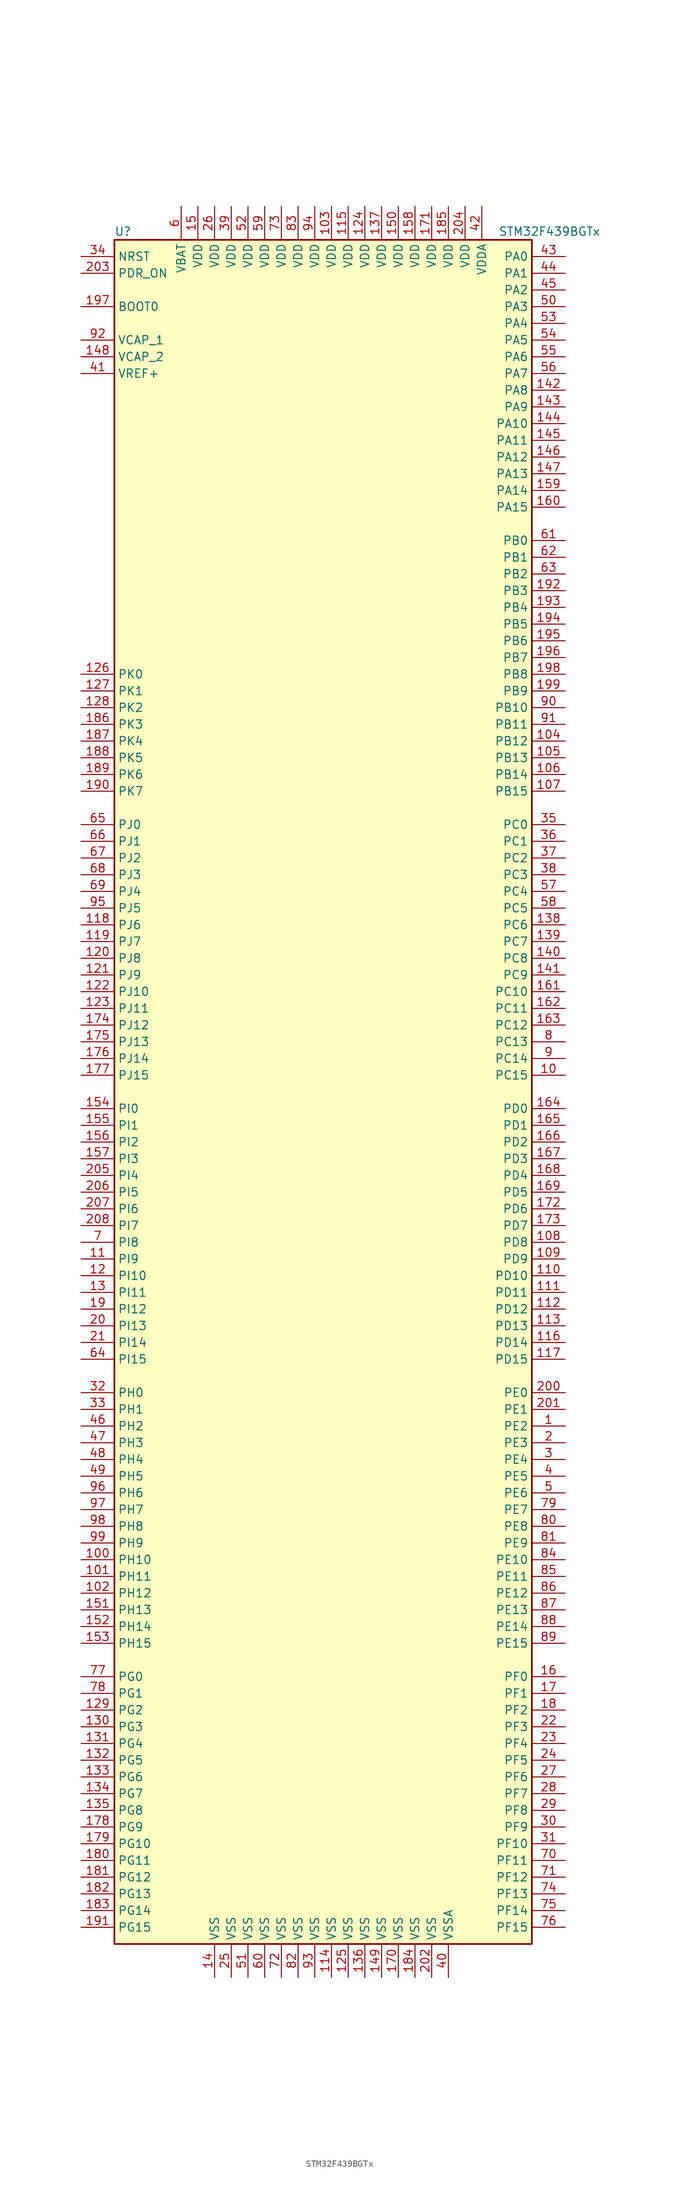
<source format=kicad_sym>
(kicad_symbol_lib
  (version 20211014)
  (generator kicad_symbol_editor)
  (symbol "STM32F439BGTx"
    (property "Reference" "U"
      (at -33.02 130.81 0)
      (effects (font (size 1.27 1.27)) (justify left)))
    (property "Value" "STM32F439BGTx"
      (at 25.4 130.81 0)
      (effects (font (size 1.27 1.27)) (justify left)))
    (symbol "STM32F439BGTx_0_1"
      (rectangle (start -33.02 -129.54) (end 30.48 129.54) (stroke (width 0.254) (type default) (color 0 0 0 0)) (fill (type background))))
    (symbol "STM32F439BGTx_1_1"
      (pin bidirectional line (at 35.56 -50.8 180) (length 5.08) (name "PE2" (effects (font (size 1.27 1.27)))) (number "1" (effects (font (size 1.27 1.27)))))
      (pin bidirectional line (at 35.56 2.54 180) (length 5.08) (name "PC15" (effects (font (size 1.27 1.27)))) (number "10" (effects (font (size 1.27 1.27)))))
      (pin bidirectional line (at -38.1 -71.12 0) (length 5.08) (name "PH10" (effects (font (size 1.27 1.27)))) (number "100" (effects (font (size 1.27 1.27)))))
      (pin bidirectional line (at -38.1 -73.66 0) (length 5.08) (name "PH11" (effects (font (size 1.27 1.27)))) (number "101" (effects (font (size 1.27 1.27)))))
      (pin bidirectional line (at -38.1 -76.2 0) (length 5.08) (name "PH12" (effects (font (size 1.27 1.27)))) (number "102" (effects (font (size 1.27 1.27)))))
      (pin power_in line (at 0 134.62 270) (length 5.08) (name "VDD" (effects (font (size 1.27 1.27)))) (number "103" (effects (font (size 1.27 1.27)))))
      (pin bidirectional line (at 35.56 53.34 180) (length 5.08) (name "PB12" (effects (font (size 1.27 1.27)))) (number "104" (effects (font (size 1.27 1.27)))))
      (pin bidirectional line (at 35.56 50.8 180) (length 5.08) (name "PB13" (effects (font (size 1.27 1.27)))) (number "105" (effects (font (size 1.27 1.27)))))
      (pin bidirectional line (at 35.56 48.26 180) (length 5.08) (name "PB14" (effects (font (size 1.27 1.27)))) (number "106" (effects (font (size 1.27 1.27)))))
      (pin bidirectional line (at 35.56 45.72 180) (length 5.08) (name "PB15" (effects (font (size 1.27 1.27)))) (number "107" (effects (font (size 1.27 1.27)))))
      (pin bidirectional line (at 35.56 -22.86 180) (length 5.08) (name "PD8" (effects (font (size 1.27 1.27)))) (number "108" (effects (font (size 1.27 1.27)))))
      (pin bidirectional line (at 35.56 -25.4 180) (length 5.08) (name "PD9" (effects (font (size 1.27 1.27)))) (number "109" (effects (font (size 1.27 1.27)))))
      (pin bidirectional line (at -38.1 -25.4 0) (length 5.08) (name "PI9" (effects (font (size 1.27 1.27)))) (number "11" (effects (font (size 1.27 1.27)))))
      (pin bidirectional line (at 35.56 -27.94 180) (length 5.08) (name "PD10" (effects (font (size 1.27 1.27)))) (number "110" (effects (font (size 1.27 1.27)))))
      (pin bidirectional line (at 35.56 -30.48 180) (length 5.08) (name "PD11" (effects (font (size 1.27 1.27)))) (number "111" (effects (font (size 1.27 1.27)))))
      (pin bidirectional line (at 35.56 -33.02 180) (length 5.08) (name "PD12" (effects (font (size 1.27 1.27)))) (number "112" (effects (font (size 1.27 1.27)))))
      (pin bidirectional line (at 35.56 -35.56 180) (length 5.08) (name "PD13" (effects (font (size 1.27 1.27)))) (number "113" (effects (font (size 1.27 1.27)))))
      (pin power_in line (at 0 -134.62 90) (length 5.08) (name "VSS" (effects (font (size 1.27 1.27)))) (number "114" (effects (font (size 1.27 1.27)))))
      (pin power_in line (at 2.54 134.62 270) (length 5.08) (name "VDD" (effects (font (size 1.27 1.27)))) (number "115" (effects (font (size 1.27 1.27)))))
      (pin bidirectional line (at 35.56 -38.1 180) (length 5.08) (name "PD14" (effects (font (size 1.27 1.27)))) (number "116" (effects (font (size 1.27 1.27)))))
      (pin bidirectional line (at 35.56 -40.64 180) (length 5.08) (name "PD15" (effects (font (size 1.27 1.27)))) (number "117" (effects (font (size 1.27 1.27)))))
      (pin bidirectional line (at -38.1 25.4 0) (length 5.08) (name "PJ6" (effects (font (size 1.27 1.27)))) (number "118" (effects (font (size 1.27 1.27)))))
      (pin bidirectional line (at -38.1 22.86 0) (length 5.08) (name "PJ7" (effects (font (size 1.27 1.27)))) (number "119" (effects (font (size 1.27 1.27)))))
      (pin bidirectional line (at -38.1 -27.94 0) (length 5.08) (name "PI10" (effects (font (size 1.27 1.27)))) (number "12" (effects (font (size 1.27 1.27)))))
      (pin bidirectional line (at -38.1 20.32 0) (length 5.08) (name "PJ8" (effects (font (size 1.27 1.27)))) (number "120" (effects (font (size 1.27 1.27)))))
      (pin bidirectional line (at -38.1 17.78 0) (length 5.08) (name "PJ9" (effects (font (size 1.27 1.27)))) (number "121" (effects (font (size 1.27 1.27)))))
      (pin bidirectional line (at -38.1 15.24 0) (length 5.08) (name "PJ10" (effects (font (size 1.27 1.27)))) (number "122" (effects (font (size 1.27 1.27)))))
      (pin bidirectional line (at -38.1 12.7 0) (length 5.08) (name "PJ11" (effects (font (size 1.27 1.27)))) (number "123" (effects (font (size 1.27 1.27)))))
      (pin power_in line (at 5.08 134.62 270) (length 5.08) (name "VDD" (effects (font (size 1.27 1.27)))) (number "124" (effects (font (size 1.27 1.27)))))
      (pin power_in line (at 2.54 -134.62 90) (length 5.08) (name "VSS" (effects (font (size 1.27 1.27)))) (number "125" (effects (font (size 1.27 1.27)))))
      (pin bidirectional line (at -38.1 63.5 0) (length 5.08) (name "PK0" (effects (font (size 1.27 1.27)))) (number "126" (effects (font (size 1.27 1.27)))))
      (pin bidirectional line (at -38.1 60.96 0) (length 5.08) (name "PK1" (effects (font (size 1.27 1.27)))) (number "127" (effects (font (size 1.27 1.27)))))
      (pin bidirectional line (at -38.1 58.42 0) (length 5.08) (name "PK2" (effects (font (size 1.27 1.27)))) (number "128" (effects (font (size 1.27 1.27)))))
      (pin bidirectional line (at -38.1 -93.98 0) (length 5.08) (name "PG2" (effects (font (size 1.27 1.27)))) (number "129" (effects (font (size 1.27 1.27)))))
      (pin bidirectional line (at -38.1 -30.48 0) (length 5.08) (name "PI11" (effects (font (size 1.27 1.27)))) (number "13" (effects (font (size 1.27 1.27)))))
      (pin bidirectional line (at -38.1 -96.52 0) (length 5.08) (name "PG3" (effects (font (size 1.27 1.27)))) (number "130" (effects (font (size 1.27 1.27)))))
      (pin bidirectional line (at -38.1 -99.06 0) (length 5.08) (name "PG4" (effects (font (size 1.27 1.27)))) (number "131" (effects (font (size 1.27 1.27)))))
      (pin bidirectional line (at -38.1 -101.6 0) (length 5.08) (name "PG5" (effects (font (size 1.27 1.27)))) (number "132" (effects (font (size 1.27 1.27)))))
      (pin bidirectional line (at -38.1 -104.14 0) (length 5.08) (name "PG6" (effects (font (size 1.27 1.27)))) (number "133" (effects (font (size 1.27 1.27)))))
      (pin bidirectional line (at -38.1 -106.68 0) (length 5.08) (name "PG7" (effects (font (size 1.27 1.27)))) (number "134" (effects (font (size 1.27 1.27)))))
      (pin bidirectional line (at -38.1 -109.22 0) (length 5.08) (name "PG8" (effects (font (size 1.27 1.27)))) (number "135" (effects (font (size 1.27 1.27)))))
      (pin power_in line (at 5.08 -134.62 90) (length 5.08) (name "VSS" (effects (font (size 1.27 1.27)))) (number "136" (effects (font (size 1.27 1.27)))))
      (pin power_in line (at 7.62 134.62 270) (length 5.08) (name "VDD" (effects (font (size 1.27 1.27)))) (number "137" (effects (font (size 1.27 1.27)))))
      (pin bidirectional line (at 35.56 25.4 180) (length 5.08) (name "PC6" (effects (font (size 1.27 1.27)))) (number "138" (effects (font (size 1.27 1.27)))))
      (pin bidirectional line (at 35.56 22.86 180) (length 5.08) (name "PC7" (effects (font (size 1.27 1.27)))) (number "139" (effects (font (size 1.27 1.27)))))
      (pin power_in line (at -17.78 -134.62 90) (length 5.08) (name "VSS" (effects (font (size 1.27 1.27)))) (number "14" (effects (font (size 1.27 1.27)))))
      (pin bidirectional line (at 35.56 20.32 180) (length 5.08) (name "PC8" (effects (font (size 1.27 1.27)))) (number "140" (effects (font (size 1.27 1.27)))))
      (pin bidirectional line (at 35.56 17.78 180) (length 5.08) (name "PC9" (effects (font (size 1.27 1.27)))) (number "141" (effects (font (size 1.27 1.27)))))
      (pin bidirectional line (at 35.56 106.68 180) (length 5.08) (name "PA8" (effects (font (size 1.27 1.27)))) (number "142" (effects (font (size 1.27 1.27)))))
      (pin bidirectional line (at 35.56 104.14 180) (length 5.08) (name "PA9" (effects (font (size 1.27 1.27)))) (number "143" (effects (font (size 1.27 1.27)))))
      (pin bidirectional line (at 35.56 101.6 180) (length 5.08) (name "PA10" (effects (font (size 1.27 1.27)))) (number "144" (effects (font (size 1.27 1.27)))))
      (pin bidirectional line (at 35.56 99.06 180) (length 5.08) (name "PA11" (effects (font (size 1.27 1.27)))) (number "145" (effects (font (size 1.27 1.27)))))
      (pin bidirectional line (at 35.56 96.52 180) (length 5.08) (name "PA12" (effects (font (size 1.27 1.27)))) (number "146" (effects (font (size 1.27 1.27)))))
      (pin bidirectional line (at 35.56 93.98 180) (length 5.08) (name "PA13" (effects (font (size 1.27 1.27)))) (number "147" (effects (font (size 1.27 1.27)))))
      (pin power_in line (at -38.1 111.76 0) (length 5.08) (name "VCAP_2" (effects (font (size 1.27 1.27)))) (number "148" (effects (font (size 1.27 1.27)))))
      (pin power_in line (at 7.62 -134.62 90) (length 5.08) (name "VSS" (effects (font (size 1.27 1.27)))) (number "149" (effects (font (size 1.27 1.27)))))
      (pin power_in line (at -20.32 134.62 270) (length 5.08) (name "VDD" (effects (font (size 1.27 1.27)))) (number "15" (effects (font (size 1.27 1.27)))))
      (pin power_in line (at 10.16 134.62 270) (length 5.08) (name "VDD" (effects (font (size 1.27 1.27)))) (number "150" (effects (font (size 1.27 1.27)))))
      (pin bidirectional line (at -38.1 -78.74 0) (length 5.08) (name "PH13" (effects (font (size 1.27 1.27)))) (number "151" (effects (font (size 1.27 1.27)))))
      (pin bidirectional line (at -38.1 -81.28 0) (length 5.08) (name "PH14" (effects (font (size 1.27 1.27)))) (number "152" (effects (font (size 1.27 1.27)))))
      (pin bidirectional line (at -38.1 -83.82 0) (length 5.08) (name "PH15" (effects (font (size 1.27 1.27)))) (number "153" (effects (font (size 1.27 1.27)))))
      (pin bidirectional line (at -38.1 -2.54 0) (length 5.08) (name "PI0" (effects (font (size 1.27 1.27)))) (number "154" (effects (font (size 1.27 1.27)))))
      (pin bidirectional line (at -38.1 -5.08 0) (length 5.08) (name "PI1" (effects (font (size 1.27 1.27)))) (number "155" (effects (font (size 1.27 1.27)))))
      (pin bidirectional line (at -38.1 -7.62 0) (length 5.08) (name "PI2" (effects (font (size 1.27 1.27)))) (number "156" (effects (font (size 1.27 1.27)))))
      (pin bidirectional line (at -38.1 -10.16 0) (length 5.08) (name "PI3" (effects (font (size 1.27 1.27)))) (number "157" (effects (font (size 1.27 1.27)))))
      (pin power_in line (at 12.7 134.62 270) (length 5.08) (name "VDD" (effects (font (size 1.27 1.27)))) (number "158" (effects (font (size 1.27 1.27)))))
      (pin bidirectional line (at 35.56 91.44 180) (length 5.08) (name "PA14" (effects (font (size 1.27 1.27)))) (number "159" (effects (font (size 1.27 1.27)))))
      (pin bidirectional line (at 35.56 -88.9 180) (length 5.08) (name "PF0" (effects (font (size 1.27 1.27)))) (number "16" (effects (font (size 1.27 1.27)))))
      (pin bidirectional line (at 35.56 88.9 180) (length 5.08) (name "PA15" (effects (font (size 1.27 1.27)))) (number "160" (effects (font (size 1.27 1.27)))))
      (pin bidirectional line (at 35.56 15.24 180) (length 5.08) (name "PC10" (effects (font (size 1.27 1.27)))) (number "161" (effects (font (size 1.27 1.27)))))
      (pin bidirectional line (at 35.56 12.7 180) (length 5.08) (name "PC11" (effects (font (size 1.27 1.27)))) (number "162" (effects (font (size 1.27 1.27)))))
      (pin bidirectional line (at 35.56 10.16 180) (length 5.08) (name "PC12" (effects (font (size 1.27 1.27)))) (number "163" (effects (font (size 1.27 1.27)))))
      (pin bidirectional line (at 35.56 -2.54 180) (length 5.08) (name "PD0" (effects (font (size 1.27 1.27)))) (number "164" (effects (font (size 1.27 1.27)))))
      (pin bidirectional line (at 35.56 -5.08 180) (length 5.08) (name "PD1" (effects (font (size 1.27 1.27)))) (number "165" (effects (font (size 1.27 1.27)))))
      (pin bidirectional line (at 35.56 -7.62 180) (length 5.08) (name "PD2" (effects (font (size 1.27 1.27)))) (number "166" (effects (font (size 1.27 1.27)))))
      (pin bidirectional line (at 35.56 -10.16 180) (length 5.08) (name "PD3" (effects (font (size 1.27 1.27)))) (number "167" (effects (font (size 1.27 1.27)))))
      (pin bidirectional line (at 35.56 -12.7 180) (length 5.08) (name "PD4" (effects (font (size 1.27 1.27)))) (number "168" (effects (font (size 1.27 1.27)))))
      (pin bidirectional line (at 35.56 -15.24 180) (length 5.08) (name "PD5" (effects (font (size 1.27 1.27)))) (number "169" (effects (font (size 1.27 1.27)))))
      (pin bidirectional line (at 35.56 -91.44 180) (length 5.08) (name "PF1" (effects (font (size 1.27 1.27)))) (number "17" (effects (font (size 1.27 1.27)))))
      (pin power_in line (at 10.16 -134.62 90) (length 5.08) (name "VSS" (effects (font (size 1.27 1.27)))) (number "170" (effects (font (size 1.27 1.27)))))
      (pin power_in line (at 15.24 134.62 270) (length 5.08) (name "VDD" (effects (font (size 1.27 1.27)))) (number "171" (effects (font (size 1.27 1.27)))))
      (pin bidirectional line (at 35.56 -17.78 180) (length 5.08) (name "PD6" (effects (font (size 1.27 1.27)))) (number "172" (effects (font (size 1.27 1.27)))))
      (pin bidirectional line (at 35.56 -20.32 180) (length 5.08) (name "PD7" (effects (font (size 1.27 1.27)))) (number "173" (effects (font (size 1.27 1.27)))))
      (pin bidirectional line (at -38.1 10.16 0) (length 5.08) (name "PJ12" (effects (font (size 1.27 1.27)))) (number "174" (effects (font (size 1.27 1.27)))))
      (pin bidirectional line (at -38.1 7.62 0) (length 5.08) (name "PJ13" (effects (font (size 1.27 1.27)))) (number "175" (effects (font (size 1.27 1.27)))))
      (pin bidirectional line (at -38.1 5.08 0) (length 5.08) (name "PJ14" (effects (font (size 1.27 1.27)))) (number "176" (effects (font (size 1.27 1.27)))))
      (pin bidirectional line (at -38.1 2.54 0) (length 5.08) (name "PJ15" (effects (font (size 1.27 1.27)))) (number "177" (effects (font (size 1.27 1.27)))))
      (pin bidirectional line (at -38.1 -111.76 0) (length 5.08) (name "PG9" (effects (font (size 1.27 1.27)))) (number "178" (effects (font (size 1.27 1.27)))))
      (pin bidirectional line (at -38.1 -114.3 0) (length 5.08) (name "PG10" (effects (font (size 1.27 1.27)))) (number "179" (effects (font (size 1.27 1.27)))))
      (pin bidirectional line (at 35.56 -93.98 180) (length 5.08) (name "PF2" (effects (font (size 1.27 1.27)))) (number "18" (effects (font (size 1.27 1.27)))))
      (pin bidirectional line (at -38.1 -116.84 0) (length 5.08) (name "PG11" (effects (font (size 1.27 1.27)))) (number "180" (effects (font (size 1.27 1.27)))))
      (pin bidirectional line (at -38.1 -119.38 0) (length 5.08) (name "PG12" (effects (font (size 1.27 1.27)))) (number "181" (effects (font (size 1.27 1.27)))))
      (pin bidirectional line (at -38.1 -121.92 0) (length 5.08) (name "PG13" (effects (font (size 1.27 1.27)))) (number "182" (effects (font (size 1.27 1.27)))))
      (pin bidirectional line (at -38.1 -124.46 0) (length 5.08) (name "PG14" (effects (font (size 1.27 1.27)))) (number "183" (effects (font (size 1.27 1.27)))))
      (pin power_in line (at 12.7 -134.62 90) (length 5.08) (name "VSS" (effects (font (size 1.27 1.27)))) (number "184" (effects (font (size 1.27 1.27)))))
      (pin power_in line (at 17.78 134.62 270) (length 5.08) (name "VDD" (effects (font (size 1.27 1.27)))) (number "185" (effects (font (size 1.27 1.27)))))
      (pin bidirectional line (at -38.1 55.88 0) (length 5.08) (name "PK3" (effects (font (size 1.27 1.27)))) (number "186" (effects (font (size 1.27 1.27)))))
      (pin bidirectional line (at -38.1 53.34 0) (length 5.08) (name "PK4" (effects (font (size 1.27 1.27)))) (number "187" (effects (font (size 1.27 1.27)))))
      (pin bidirectional line (at -38.1 50.8 0) (length 5.08) (name "PK5" (effects (font (size 1.27 1.27)))) (number "188" (effects (font (size 1.27 1.27)))))
      (pin bidirectional line (at -38.1 48.26 0) (length 5.08) (name "PK6" (effects (font (size 1.27 1.27)))) (number "189" (effects (font (size 1.27 1.27)))))
      (pin bidirectional line (at -38.1 -33.02 0) (length 5.08) (name "PI12" (effects (font (size 1.27 1.27)))) (number "19" (effects (font (size 1.27 1.27)))))
      (pin bidirectional line (at -38.1 45.72 0) (length 5.08) (name "PK7" (effects (font (size 1.27 1.27)))) (number "190" (effects (font (size 1.27 1.27)))))
      (pin bidirectional line (at -38.1 -127 0) (length 5.08) (name "PG15" (effects (font (size 1.27 1.27)))) (number "191" (effects (font (size 1.27 1.27)))))
      (pin bidirectional line (at 35.56 76.2 180) (length 5.08) (name "PB3" (effects (font (size 1.27 1.27)))) (number "192" (effects (font (size 1.27 1.27)))))
      (pin bidirectional line (at 35.56 73.66 180) (length 5.08) (name "PB4" (effects (font (size 1.27 1.27)))) (number "193" (effects (font (size 1.27 1.27)))))
      (pin bidirectional line (at 35.56 71.12 180) (length 5.08) (name "PB5" (effects (font (size 1.27 1.27)))) (number "194" (effects (font (size 1.27 1.27)))))
      (pin bidirectional line (at 35.56 68.58 180) (length 5.08) (name "PB6" (effects (font (size 1.27 1.27)))) (number "195" (effects (font (size 1.27 1.27)))))
      (pin bidirectional line (at 35.56 66.04 180) (length 5.08) (name "PB7" (effects (font (size 1.27 1.27)))) (number "196" (effects (font (size 1.27 1.27)))))
      (pin input line (at -38.1 119.38 0) (length 5.08) (name "BOOT0" (effects (font (size 1.27 1.27)))) (number "197" (effects (font (size 1.27 1.27)))))
      (pin bidirectional line (at 35.56 63.5 180) (length 5.08) (name "PB8" (effects (font (size 1.27 1.27)))) (number "198" (effects (font (size 1.27 1.27)))))
      (pin bidirectional line (at 35.56 60.96 180) (length 5.08) (name "PB9" (effects (font (size 1.27 1.27)))) (number "199" (effects (font (size 1.27 1.27)))))
      (pin bidirectional line (at 35.56 -53.34 180) (length 5.08) (name "PE3" (effects (font (size 1.27 1.27)))) (number "2" (effects (font (size 1.27 1.27)))))
      (pin bidirectional line (at -38.1 -35.56 0) (length 5.08) (name "PI13" (effects (font (size 1.27 1.27)))) (number "20" (effects (font (size 1.27 1.27)))))
      (pin bidirectional line (at 35.56 -45.72 180) (length 5.08) (name "PE0" (effects (font (size 1.27 1.27)))) (number "200" (effects (font (size 1.27 1.27)))))
      (pin bidirectional line (at 35.56 -48.26 180) (length 5.08) (name "PE1" (effects (font (size 1.27 1.27)))) (number "201" (effects (font (size 1.27 1.27)))))
      (pin power_in line (at 15.24 -134.62 90) (length 5.08) (name "VSS" (effects (font (size 1.27 1.27)))) (number "202" (effects (font (size 1.27 1.27)))))
      (pin input line (at -38.1 124.46 0) (length 5.08) (name "PDR_ON" (effects (font (size 1.27 1.27)))) (number "203" (effects (font (size 1.27 1.27)))))
      (pin power_in line (at 20.32 134.62 270) (length 5.08) (name "VDD" (effects (font (size 1.27 1.27)))) (number "204" (effects (font (size 1.27 1.27)))))
      (pin bidirectional line (at -38.1 -12.7 0) (length 5.08) (name "PI4" (effects (font (size 1.27 1.27)))) (number "205" (effects (font (size 1.27 1.27)))))
      (pin bidirectional line (at -38.1 -15.24 0) (length 5.08) (name "PI5" (effects (font (size 1.27 1.27)))) (number "206" (effects (font (size 1.27 1.27)))))
      (pin bidirectional line (at -38.1 -17.78 0) (length 5.08) (name "PI6" (effects (font (size 1.27 1.27)))) (number "207" (effects (font (size 1.27 1.27)))))
      (pin bidirectional line (at -38.1 -20.32 0) (length 5.08) (name "PI7" (effects (font (size 1.27 1.27)))) (number "208" (effects (font (size 1.27 1.27)))))
      (pin bidirectional line (at -38.1 -38.1 0) (length 5.08) (name "PI14" (effects (font (size 1.27 1.27)))) (number "21" (effects (font (size 1.27 1.27)))))
      (pin bidirectional line (at 35.56 -96.52 180) (length 5.08) (name "PF3" (effects (font (size 1.27 1.27)))) (number "22" (effects (font (size 1.27 1.27)))))
      (pin bidirectional line (at 35.56 -99.06 180) (length 5.08) (name "PF4" (effects (font (size 1.27 1.27)))) (number "23" (effects (font (size 1.27 1.27)))))
      (pin bidirectional line (at 35.56 -101.6 180) (length 5.08) (name "PF5" (effects (font (size 1.27 1.27)))) (number "24" (effects (font (size 1.27 1.27)))))
      (pin power_in line (at -15.24 -134.62 90) (length 5.08) (name "VSS" (effects (font (size 1.27 1.27)))) (number "25" (effects (font (size 1.27 1.27)))))
      (pin power_in line (at -17.78 134.62 270) (length 5.08) (name "VDD" (effects (font (size 1.27 1.27)))) (number "26" (effects (font (size 1.27 1.27)))))
      (pin bidirectional line (at 35.56 -104.14 180) (length 5.08) (name "PF6" (effects (font (size 1.27 1.27)))) (number "27" (effects (font (size 1.27 1.27)))))
      (pin bidirectional line (at 35.56 -106.68 180) (length 5.08) (name "PF7" (effects (font (size 1.27 1.27)))) (number "28" (effects (font (size 1.27 1.27)))))
      (pin bidirectional line (at 35.56 -109.22 180) (length 5.08) (name "PF8" (effects (font (size 1.27 1.27)))) (number "29" (effects (font (size 1.27 1.27)))))
      (pin bidirectional line (at 35.56 -55.88 180) (length 5.08) (name "PE4" (effects (font (size 1.27 1.27)))) (number "3" (effects (font (size 1.27 1.27)))))
      (pin bidirectional line (at 35.56 -111.76 180) (length 5.08) (name "PF9" (effects (font (size 1.27 1.27)))) (number "30" (effects (font (size 1.27 1.27)))))
      (pin bidirectional line (at 35.56 -114.3 180) (length 5.08) (name "PF10" (effects (font (size 1.27 1.27)))) (number "31" (effects (font (size 1.27 1.27)))))
      (pin input line (at -38.1 -45.72 0) (length 5.08) (name "PH0" (effects (font (size 1.27 1.27)))) (number "32" (effects (font (size 1.27 1.27)))))
      (pin input line (at -38.1 -48.26 0) (length 5.08) (name "PH1" (effects (font (size 1.27 1.27)))) (number "33" (effects (font (size 1.27 1.27)))))
      (pin input line (at -38.1 127 0) (length 5.08) (name "NRST" (effects (font (size 1.27 1.27)))) (number "34" (effects (font (size 1.27 1.27)))))
      (pin bidirectional line (at 35.56 40.64 180) (length 5.08) (name "PC0" (effects (font (size 1.27 1.27)))) (number "35" (effects (font (size 1.27 1.27)))))
      (pin bidirectional line (at 35.56 38.1 180) (length 5.08) (name "PC1" (effects (font (size 1.27 1.27)))) (number "36" (effects (font (size 1.27 1.27)))))
      (pin bidirectional line (at 35.56 35.56 180) (length 5.08) (name "PC2" (effects (font (size 1.27 1.27)))) (number "37" (effects (font (size 1.27 1.27)))))
      (pin bidirectional line (at 35.56 33.02 180) (length 5.08) (name "PC3" (effects (font (size 1.27 1.27)))) (number "38" (effects (font (size 1.27 1.27)))))
      (pin power_in line (at -15.24 134.62 270) (length 5.08) (name "VDD" (effects (font (size 1.27 1.27)))) (number "39" (effects (font (size 1.27 1.27)))))
      (pin bidirectional line (at 35.56 -58.42 180) (length 5.08) (name "PE5" (effects (font (size 1.27 1.27)))) (number "4" (effects (font (size 1.27 1.27)))))
      (pin power_in line (at 17.78 -134.62 90) (length 5.08) (name "VSSA" (effects (font (size 1.27 1.27)))) (number "40" (effects (font (size 1.27 1.27)))))
      (pin power_in line (at -38.1 109.22 0) (length 5.08) (name "VREF+" (effects (font (size 1.27 1.27)))) (number "41" (effects (font (size 1.27 1.27)))))
      (pin power_in line (at 22.86 134.62 270) (length 5.08) (name "VDDA" (effects (font (size 1.27 1.27)))) (number "42" (effects (font (size 1.27 1.27)))))
      (pin bidirectional line (at 35.56 127 180) (length 5.08) (name "PA0" (effects (font (size 1.27 1.27)))) (number "43" (effects (font (size 1.27 1.27)))))
      (pin bidirectional line (at 35.56 124.46 180) (length 5.08) (name "PA1" (effects (font (size 1.27 1.27)))) (number "44" (effects (font (size 1.27 1.27)))))
      (pin bidirectional line (at 35.56 121.92 180) (length 5.08) (name "PA2" (effects (font (size 1.27 1.27)))) (number "45" (effects (font (size 1.27 1.27)))))
      (pin bidirectional line (at -38.1 -50.8 0) (length 5.08) (name "PH2" (effects (font (size 1.27 1.27)))) (number "46" (effects (font (size 1.27 1.27)))))
      (pin bidirectional line (at -38.1 -53.34 0) (length 5.08) (name "PH3" (effects (font (size 1.27 1.27)))) (number "47" (effects (font (size 1.27 1.27)))))
      (pin bidirectional line (at -38.1 -55.88 0) (length 5.08) (name "PH4" (effects (font (size 1.27 1.27)))) (number "48" (effects (font (size 1.27 1.27)))))
      (pin bidirectional line (at -38.1 -58.42 0) (length 5.08) (name "PH5" (effects (font (size 1.27 1.27)))) (number "49" (effects (font (size 1.27 1.27)))))
      (pin bidirectional line (at 35.56 -60.96 180) (length 5.08) (name "PE6" (effects (font (size 1.27 1.27)))) (number "5" (effects (font (size 1.27 1.27)))))
      (pin bidirectional line (at 35.56 119.38 180) (length 5.08) (name "PA3" (effects (font (size 1.27 1.27)))) (number "50" (effects (font (size 1.27 1.27)))))
      (pin power_in line (at -12.7 -134.62 90) (length 5.08) (name "VSS" (effects (font (size 1.27 1.27)))) (number "51" (effects (font (size 1.27 1.27)))))
      (pin power_in line (at -12.7 134.62 270) (length 5.08) (name "VDD" (effects (font (size 1.27 1.27)))) (number "52" (effects (font (size 1.27 1.27)))))
      (pin bidirectional line (at 35.56 116.84 180) (length 5.08) (name "PA4" (effects (font (size 1.27 1.27)))) (number "53" (effects (font (size 1.27 1.27)))))
      (pin bidirectional line (at 35.56 114.3 180) (length 5.08) (name "PA5" (effects (font (size 1.27 1.27)))) (number "54" (effects (font (size 1.27 1.27)))))
      (pin bidirectional line (at 35.56 111.76 180) (length 5.08) (name "PA6" (effects (font (size 1.27 1.27)))) (number "55" (effects (font (size 1.27 1.27)))))
      (pin bidirectional line (at 35.56 109.22 180) (length 5.08) (name "PA7" (effects (font (size 1.27 1.27)))) (number "56" (effects (font (size 1.27 1.27)))))
      (pin bidirectional line (at 35.56 30.48 180) (length 5.08) (name "PC4" (effects (font (size 1.27 1.27)))) (number "57" (effects (font (size 1.27 1.27)))))
      (pin bidirectional line (at 35.56 27.94 180) (length 5.08) (name "PC5" (effects (font (size 1.27 1.27)))) (number "58" (effects (font (size 1.27 1.27)))))
      (pin power_in line (at -10.16 134.62 270) (length 5.08) (name "VDD" (effects (font (size 1.27 1.27)))) (number "59" (effects (font (size 1.27 1.27)))))
      (pin power_in line (at -22.86 134.62 270) (length 5.08) (name "VBAT" (effects (font (size 1.27 1.27)))) (number "6" (effects (font (size 1.27 1.27)))))
      (pin power_in line (at -10.16 -134.62 90) (length 5.08) (name "VSS" (effects (font (size 1.27 1.27)))) (number "60" (effects (font (size 1.27 1.27)))))
      (pin bidirectional line (at 35.56 83.82 180) (length 5.08) (name "PB0" (effects (font (size 1.27 1.27)))) (number "61" (effects (font (size 1.27 1.27)))))
      (pin bidirectional line (at 35.56 81.28 180) (length 5.08) (name "PB1" (effects (font (size 1.27 1.27)))) (number "62" (effects (font (size 1.27 1.27)))))
      (pin bidirectional line (at 35.56 78.74 180) (length 5.08) (name "PB2" (effects (font (size 1.27 1.27)))) (number "63" (effects (font (size 1.27 1.27)))))
      (pin bidirectional line (at -38.1 -40.64 0) (length 5.08) (name "PI15" (effects (font (size 1.27 1.27)))) (number "64" (effects (font (size 1.27 1.27)))))
      (pin bidirectional line (at -38.1 40.64 0) (length 5.08) (name "PJ0" (effects (font (size 1.27 1.27)))) (number "65" (effects (font (size 1.27 1.27)))))
      (pin bidirectional line (at -38.1 38.1 0) (length 5.08) (name "PJ1" (effects (font (size 1.27 1.27)))) (number "66" (effects (font (size 1.27 1.27)))))
      (pin bidirectional line (at -38.1 35.56 0) (length 5.08) (name "PJ2" (effects (font (size 1.27 1.27)))) (number "67" (effects (font (size 1.27 1.27)))))
      (pin bidirectional line (at -38.1 33.02 0) (length 5.08) (name "PJ3" (effects (font (size 1.27 1.27)))) (number "68" (effects (font (size 1.27 1.27)))))
      (pin bidirectional line (at -38.1 30.48 0) (length 5.08) (name "PJ4" (effects (font (size 1.27 1.27)))) (number "69" (effects (font (size 1.27 1.27)))))
      (pin bidirectional line (at -38.1 -22.86 0) (length 5.08) (name "PI8" (effects (font (size 1.27 1.27)))) (number "7" (effects (font (size 1.27 1.27)))))
      (pin bidirectional line (at 35.56 -116.84 180) (length 5.08) (name "PF11" (effects (font (size 1.27 1.27)))) (number "70" (effects (font (size 1.27 1.27)))))
      (pin bidirectional line (at 35.56 -119.38 180) (length 5.08) (name "PF12" (effects (font (size 1.27 1.27)))) (number "71" (effects (font (size 1.27 1.27)))))
      (pin power_in line (at -7.62 -134.62 90) (length 5.08) (name "VSS" (effects (font (size 1.27 1.27)))) (number "72" (effects (font (size 1.27 1.27)))))
      (pin power_in line (at -7.62 134.62 270) (length 5.08) (name "VDD" (effects (font (size 1.27 1.27)))) (number "73" (effects (font (size 1.27 1.27)))))
      (pin bidirectional line (at 35.56 -121.92 180) (length 5.08) (name "PF13" (effects (font (size 1.27 1.27)))) (number "74" (effects (font (size 1.27 1.27)))))
      (pin bidirectional line (at 35.56 -124.46 180) (length 5.08) (name "PF14" (effects (font (size 1.27 1.27)))) (number "75" (effects (font (size 1.27 1.27)))))
      (pin bidirectional line (at 35.56 -127 180) (length 5.08) (name "PF15" (effects (font (size 1.27 1.27)))) (number "76" (effects (font (size 1.27 1.27)))))
      (pin bidirectional line (at -38.1 -88.9 0) (length 5.08) (name "PG0" (effects (font (size 1.27 1.27)))) (number "77" (effects (font (size 1.27 1.27)))))
      (pin bidirectional line (at -38.1 -91.44 0) (length 5.08) (name "PG1" (effects (font (size 1.27 1.27)))) (number "78" (effects (font (size 1.27 1.27)))))
      (pin bidirectional line (at 35.56 -63.5 180) (length 5.08) (name "PE7" (effects (font (size 1.27 1.27)))) (number "79" (effects (font (size 1.27 1.27)))))
      (pin bidirectional line (at 35.56 7.62 180) (length 5.08) (name "PC13" (effects (font (size 1.27 1.27)))) (number "8" (effects (font (size 1.27 1.27)))))
      (pin bidirectional line (at 35.56 -66.04 180) (length 5.08) (name "PE8" (effects (font (size 1.27 1.27)))) (number "80" (effects (font (size 1.27 1.27)))))
      (pin bidirectional line (at 35.56 -68.58 180) (length 5.08) (name "PE9" (effects (font (size 1.27 1.27)))) (number "81" (effects (font (size 1.27 1.27)))))
      (pin power_in line (at -5.08 -134.62 90) (length 5.08) (name "VSS" (effects (font (size 1.27 1.27)))) (number "82" (effects (font (size 1.27 1.27)))))
      (pin power_in line (at -5.08 134.62 270) (length 5.08) (name "VDD" (effects (font (size 1.27 1.27)))) (number "83" (effects (font (size 1.27 1.27)))))
      (pin bidirectional line (at 35.56 -71.12 180) (length 5.08) (name "PE10" (effects (font (size 1.27 1.27)))) (number "84" (effects (font (size 1.27 1.27)))))
      (pin bidirectional line (at 35.56 -73.66 180) (length 5.08) (name "PE11" (effects (font (size 1.27 1.27)))) (number "85" (effects (font (size 1.27 1.27)))))
      (pin bidirectional line (at 35.56 -76.2 180) (length 5.08) (name "PE12" (effects (font (size 1.27 1.27)))) (number "86" (effects (font (size 1.27 1.27)))))
      (pin bidirectional line (at 35.56 -78.74 180) (length 5.08) (name "PE13" (effects (font (size 1.27 1.27)))) (number "87" (effects (font (size 1.27 1.27)))))
      (pin bidirectional line (at 35.56 -81.28 180) (length 5.08) (name "PE14" (effects (font (size 1.27 1.27)))) (number "88" (effects (font (size 1.27 1.27)))))
      (pin bidirectional line (at 35.56 -83.82 180) (length 5.08) (name "PE15" (effects (font (size 1.27 1.27)))) (number "89" (effects (font (size 1.27 1.27)))))
      (pin bidirectional line (at 35.56 5.08 180) (length 5.08) (name "PC14" (effects (font (size 1.27 1.27)))) (number "9" (effects (font (size 1.27 1.27)))))
      (pin bidirectional line (at 35.56 58.42 180) (length 5.08) (name "PB10" (effects (font (size 1.27 1.27)))) (number "90" (effects (font (size 1.27 1.27)))))
      (pin bidirectional line (at 35.56 55.88 180) (length 5.08) (name "PB11" (effects (font (size 1.27 1.27)))) (number "91" (effects (font (size 1.27 1.27)))))
      (pin power_in line (at -38.1 114.3 0) (length 5.08) (name "VCAP_1" (effects (font (size 1.27 1.27)))) (number "92" (effects (font (size 1.27 1.27)))))
      (pin power_in line (at -2.54 -134.62 90) (length 5.08) (name "VSS" (effects (font (size 1.27 1.27)))) (number "93" (effects (font (size 1.27 1.27)))))
      (pin power_in line (at -2.54 134.62 270) (length 5.08) (name "VDD" (effects (font (size 1.27 1.27)))) (number "94" (effects (font (size 1.27 1.27)))))
      (pin bidirectional line (at -38.1 27.94 0) (length 5.08) (name "PJ5" (effects (font (size 1.27 1.27)))) (number "95" (effects (font (size 1.27 1.27)))))
      (pin bidirectional line (at -38.1 -60.96 0) (length 5.08) (name "PH6" (effects (font (size 1.27 1.27)))) (number "96" (effects (font (size 1.27 1.27)))))
      (pin bidirectional line (at -38.1 -63.5 0) (length 5.08) (name "PH7" (effects (font (size 1.27 1.27)))) (number "97" (effects (font (size 1.27 1.27)))))
      (pin bidirectional line (at -38.1 -66.04 0) (length 5.08) (name "PH8" (effects (font (size 1.27 1.27)))) (number "98" (effects (font (size 1.27 1.27)))))
      (pin bidirectional line (at -38.1 -68.58 0) (length 5.08) (name "PH9" (effects (font (size 1.27 1.27)))) (number "99" (effects (font (size 1.27 1.27))))))))
</source>
